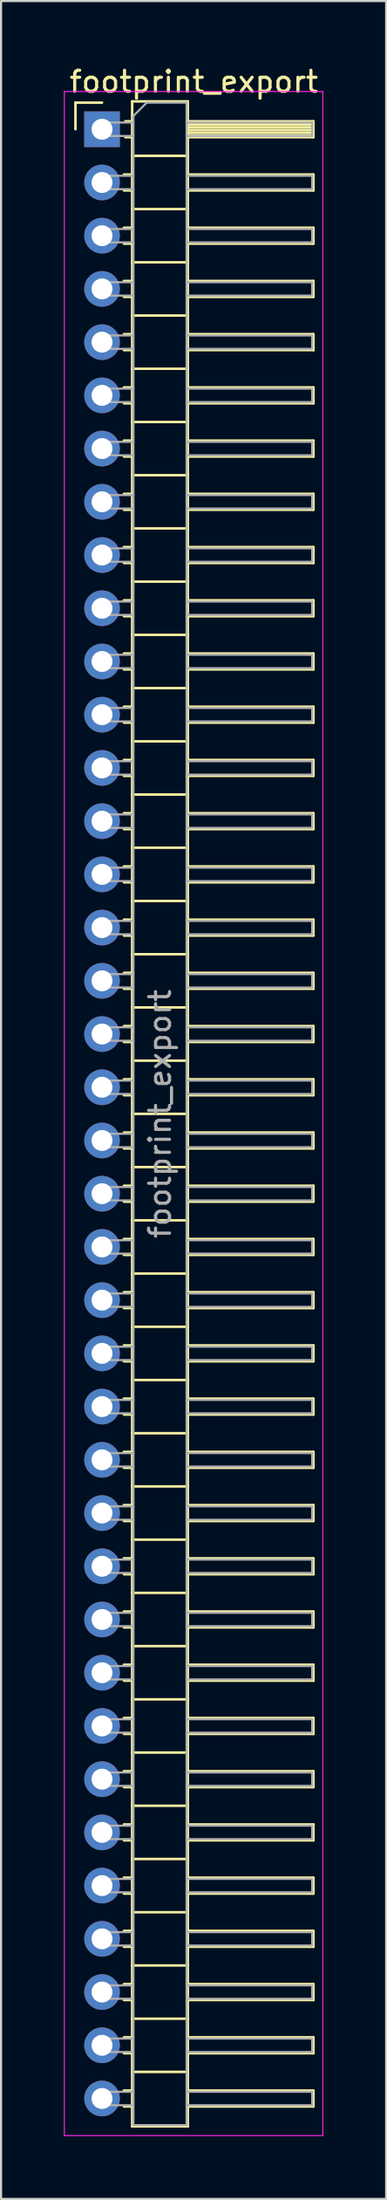
<source format=kicad_pcb>
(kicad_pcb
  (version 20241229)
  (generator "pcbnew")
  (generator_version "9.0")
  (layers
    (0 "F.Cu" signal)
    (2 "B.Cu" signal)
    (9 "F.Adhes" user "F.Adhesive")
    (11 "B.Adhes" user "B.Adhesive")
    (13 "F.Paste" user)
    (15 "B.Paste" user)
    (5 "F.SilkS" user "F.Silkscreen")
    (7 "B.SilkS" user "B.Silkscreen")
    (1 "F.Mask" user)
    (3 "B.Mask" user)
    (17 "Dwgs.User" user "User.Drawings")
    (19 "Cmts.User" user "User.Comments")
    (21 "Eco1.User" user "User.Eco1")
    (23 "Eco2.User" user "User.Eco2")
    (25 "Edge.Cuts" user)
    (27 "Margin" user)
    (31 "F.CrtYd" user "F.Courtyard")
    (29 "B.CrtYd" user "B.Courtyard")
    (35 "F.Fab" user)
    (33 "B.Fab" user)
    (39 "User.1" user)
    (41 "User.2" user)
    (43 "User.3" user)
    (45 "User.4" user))
  (footprint "footprint_export"
    (layer "F.Cu")
    (at 1.825 3.118)
    (property "Reference" "footprint_export" (at 4.385 -2.27 0) (layer "F.SilkS") (effects (font (size 1 1) (thickness 0.15))))
    (attr through_hole)
    (fp_line (start -1.27 -1.27) (end 0 -1.27) (stroke (width 0.12) (type solid)) (layer "F.SilkS"))
    (fp_line (start -1.27 0) (end -1.27 -1.27) (stroke (width 0.12) (type solid)) (layer "F.SilkS"))
    (fp_line (start 1.043 2.16) (end 1.44 2.16) (stroke (width 0.12) (type solid)) (layer "F.SilkS"))
    (fp_line (start 1.043 2.92) (end 1.44 2.92) (stroke (width 0.12) (type solid)) (layer "F.SilkS"))
    (fp_line (start 1.043 4.7) (end 1.44 4.7) (stroke (width 0.12) (type solid)) (layer "F.SilkS"))
    (fp_line (start 1.043 5.46) (end 1.44 5.46) (stroke (width 0.12) (type solid)) (layer "F.SilkS"))
    (fp_line (start 1.043 7.24) (end 1.44 7.24) (stroke (width 0.12) (type solid)) (layer "F.SilkS"))
    (fp_line (start 1.043 8) (end 1.44 8) (stroke (width 0.12) (type solid)) (layer "F.SilkS"))
    (fp_line (start 1.043 9.78) (end 1.44 9.78) (stroke (width 0.12) (type solid)) (layer "F.SilkS"))
    (fp_line (start 1.043 10.54) (end 1.44 10.54) (stroke (width 0.12) (type solid)) (layer "F.SilkS"))
    (fp_line (start 1.043 12.32) (end 1.44 12.32) (stroke (width 0.12) (type solid)) (layer "F.SilkS"))
    (fp_line (start 1.043 13.08) (end 1.44 13.08) (stroke (width 0.12) (type solid)) (layer "F.SilkS"))
    (fp_line (start 1.043 14.86) (end 1.44 14.86) (stroke (width 0.12) (type solid)) (layer "F.SilkS"))
    (fp_line (start 1.043 15.62) (end 1.44 15.62) (stroke (width 0.12) (type solid)) (layer "F.SilkS"))
    (fp_line (start 1.043 17.4) (end 1.44 17.4) (stroke (width 0.12) (type solid)) (layer "F.SilkS"))
    (fp_line (start 1.043 18.16) (end 1.44 18.16) (stroke (width 0.12) (type solid)) (layer "F.SilkS"))
    (fp_line (start 1.043 19.94) (end 1.44 19.94) (stroke (width 0.12) (type solid)) (layer "F.SilkS"))
    (fp_line (start 1.043 20.7) (end 1.44 20.7) (stroke (width 0.12) (type solid)) (layer "F.SilkS"))
    (fp_line (start 1.043 22.48) (end 1.44 22.48) (stroke (width 0.12) (type solid)) (layer "F.SilkS"))
    (fp_line (start 1.043 23.24) (end 1.44 23.24) (stroke (width 0.12) (type solid)) (layer "F.SilkS"))
    (fp_line (start 1.043 25.02) (end 1.44 25.02) (stroke (width 0.12) (type solid)) (layer "F.SilkS"))
    (fp_line (start 1.043 25.78) (end 1.44 25.78) (stroke (width 0.12) (type solid)) (layer "F.SilkS"))
    (fp_line (start 1.043 27.56) (end 1.44 27.56) (stroke (width 0.12) (type solid)) (layer "F.SilkS"))
    (fp_line (start 1.043 28.32) (end 1.44 28.32) (stroke (width 0.12) (type solid)) (layer "F.SilkS"))
    (fp_line (start 1.043 30.1) (end 1.44 30.1) (stroke (width 0.12) (type solid)) (layer "F.SilkS"))
    (fp_line (start 1.043 30.86) (end 1.44 30.86) (stroke (width 0.12) (type solid)) (layer "F.SilkS"))
    (fp_line (start 1.043 32.64) (end 1.44 32.64) (stroke (width 0.12) (type solid)) (layer "F.SilkS"))
    (fp_line (start 1.043 33.4) (end 1.44 33.4) (stroke (width 0.12) (type solid)) (layer "F.SilkS"))
    (fp_line (start 1.043 35.18) (end 1.44 35.18) (stroke (width 0.12) (type solid)) (layer "F.SilkS"))
    (fp_line (start 1.043 35.94) (end 1.44 35.94) (stroke (width 0.12) (type solid)) (layer "F.SilkS"))
    (fp_line (start 1.043 37.72) (end 1.44 37.72) (stroke (width 0.12) (type solid)) (layer "F.SilkS"))
    (fp_line (start 1.043 38.48) (end 1.44 38.48) (stroke (width 0.12) (type solid)) (layer "F.SilkS"))
    (fp_line (start 1.043 40.26) (end 1.44 40.26) (stroke (width 0.12) (type solid)) (layer "F.SilkS"))
    (fp_line (start 1.043 41.02) (end 1.44 41.02) (stroke (width 0.12) (type solid)) (layer "F.SilkS"))
    (fp_line (start 1.043 42.8) (end 1.44 42.8) (stroke (width 0.12) (type solid)) (layer "F.SilkS"))
    (fp_line (start 1.043 43.56) (end 1.44 43.56) (stroke (width 0.12) (type solid)) (layer "F.SilkS"))
    (fp_line (start 1.043 45.34) (end 1.44 45.34) (stroke (width 0.12) (type solid)) (layer "F.SilkS"))
    (fp_line (start 1.043 46.1) (end 1.44 46.1) (stroke (width 0.12) (type solid)) (layer "F.SilkS"))
    (fp_line (start 1.043 47.88) (end 1.44 47.88) (stroke (width 0.12) (type solid)) (layer "F.SilkS"))
    (fp_line (start 1.043 48.64) (end 1.44 48.64) (stroke (width 0.12) (type solid)) (layer "F.SilkS"))
    (fp_line (start 1.043 50.42) (end 1.44 50.42) (stroke (width 0.12) (type solid)) (layer "F.SilkS"))
    (fp_line (start 1.043 51.18) (end 1.44 51.18) (stroke (width 0.12) (type solid)) (layer "F.SilkS"))
    (fp_line (start 1.043 52.96) (end 1.44 52.96) (stroke (width 0.12) (type solid)) (layer "F.SilkS"))
    (fp_line (start 1.043 53.72) (end 1.44 53.72) (stroke (width 0.12) (type solid)) (layer "F.SilkS"))
    (fp_line (start 1.043 55.5) (end 1.44 55.5) (stroke (width 0.12) (type solid)) (layer "F.SilkS"))
    (fp_line (start 1.043 56.26) (end 1.44 56.26) (stroke (width 0.12) (type solid)) (layer "F.SilkS"))
    (fp_line (start 1.043 58.04) (end 1.44 58.04) (stroke (width 0.12) (type solid)) (layer "F.SilkS"))
    (fp_line (start 1.043 58.8) (end 1.44 58.8) (stroke (width 0.12) (type solid)) (layer "F.SilkS"))
    (fp_line (start 1.043 60.58) (end 1.44 60.58) (stroke (width 0.12) (type solid)) (layer "F.SilkS"))
    (fp_line (start 1.043 61.34) (end 1.44 61.34) (stroke (width 0.12) (type solid)) (layer "F.SilkS"))
    (fp_line (start 1.043 63.12) (end 1.44 63.12) (stroke (width 0.12) (type solid)) (layer "F.SilkS"))
    (fp_line (start 1.043 63.88) (end 1.44 63.88) (stroke (width 0.12) (type solid)) (layer "F.SilkS"))
    (fp_line (start 1.043 65.66) (end 1.44 65.66) (stroke (width 0.12) (type solid)) (layer "F.SilkS"))
    (fp_line (start 1.043 66.42) (end 1.44 66.42) (stroke (width 0.12) (type solid)) (layer "F.SilkS"))
    (fp_line (start 1.043 68.2) (end 1.44 68.2) (stroke (width 0.12) (type solid)) (layer "F.SilkS"))
    (fp_line (start 1.043 68.96) (end 1.44 68.96) (stroke (width 0.12) (type solid)) (layer "F.SilkS"))
    (fp_line (start 1.043 70.74) (end 1.44 70.74) (stroke (width 0.12) (type solid)) (layer "F.SilkS"))
    (fp_line (start 1.043 71.5) (end 1.44 71.5) (stroke (width 0.12) (type solid)) (layer "F.SilkS"))
    (fp_line (start 1.043 73.28) (end 1.44 73.28) (stroke (width 0.12) (type solid)) (layer "F.SilkS"))
    (fp_line (start 1.043 74.04) (end 1.44 74.04) (stroke (width 0.12) (type solid)) (layer "F.SilkS"))
    (fp_line (start 1.043 75.82) (end 1.44 75.82) (stroke (width 0.12) (type solid)) (layer "F.SilkS"))
    (fp_line (start 1.043 76.58) (end 1.44 76.58) (stroke (width 0.12) (type solid)) (layer "F.SilkS"))
    (fp_line (start 1.043 78.36) (end 1.44 78.36) (stroke (width 0.12) (type solid)) (layer "F.SilkS"))
    (fp_line (start 1.043 79.12) (end 1.44 79.12) (stroke (width 0.12) (type solid)) (layer "F.SilkS"))
    (fp_line (start 1.043 80.9) (end 1.44 80.9) (stroke (width 0.12) (type solid)) (layer "F.SilkS"))
    (fp_line (start 1.043 81.66) (end 1.44 81.66) (stroke (width 0.12) (type solid)) (layer "F.SilkS"))
    (fp_line (start 1.043 83.44) (end 1.44 83.44) (stroke (width 0.12) (type solid)) (layer "F.SilkS"))
    (fp_line (start 1.043 84.2) (end 1.44 84.2) (stroke (width 0.12) (type solid)) (layer "F.SilkS"))
    (fp_line (start 1.043 85.98) (end 1.44 85.98) (stroke (width 0.12) (type solid)) (layer "F.SilkS"))
    (fp_line (start 1.043 86.74) (end 1.44 86.74) (stroke (width 0.12) (type solid)) (layer "F.SilkS"))
    (fp_line (start 1.043 88.52) (end 1.44 88.52) (stroke (width 0.12) (type solid)) (layer "F.SilkS"))
    (fp_line (start 1.043 89.28) (end 1.44 89.28) (stroke (width 0.12) (type solid)) (layer "F.SilkS"))
    (fp_line (start 1.043 91.06) (end 1.44 91.06) (stroke (width 0.12) (type solid)) (layer "F.SilkS"))
    (fp_line (start 1.043 91.82) (end 1.44 91.82) (stroke (width 0.12) (type solid)) (layer "F.SilkS"))
    (fp_line (start 1.043 93.6) (end 1.44 93.6) (stroke (width 0.12) (type solid)) (layer "F.SilkS"))
    (fp_line (start 1.043 94.36) (end 1.44 94.36) (stroke (width 0.12) (type solid)) (layer "F.SilkS"))
    (fp_line (start 1.11 -0.38) (end 1.44 -0.38) (stroke (width 0.12) (type solid)) (layer "F.SilkS"))
    (fp_line (start 1.11 0.38) (end 1.44 0.38) (stroke (width 0.12) (type solid)) (layer "F.SilkS"))
    (fp_line (start 1.44 -1.33) (end 1.44 95.31) (stroke (width 0.12) (type solid)) (layer "F.SilkS"))
    (fp_line (start 1.44 1.27) (end 4.1 1.27) (stroke (width 0.12) (type solid)) (layer "F.SilkS"))
    (fp_line (start 1.44 3.81) (end 4.1 3.81) (stroke (width 0.12) (type solid)) (layer "F.SilkS"))
    (fp_line (start 1.44 6.35) (end 4.1 6.35) (stroke (width 0.12) (type solid)) (layer "F.SilkS"))
    (fp_line (start 1.44 8.89) (end 4.1 8.89) (stroke (width 0.12) (type solid)) (layer "F.SilkS"))
    (fp_line (start 1.44 11.43) (end 4.1 11.43) (stroke (width 0.12) (type solid)) (layer "F.SilkS"))
    (fp_line (start 1.44 13.97) (end 4.1 13.97) (stroke (width 0.12) (type solid)) (layer "F.SilkS"))
    (fp_line (start 1.44 16.51) (end 4.1 16.51) (stroke (width 0.12) (type solid)) (layer "F.SilkS"))
    (fp_line (start 1.44 19.05) (end 4.1 19.05) (stroke (width 0.12) (type solid)) (layer "F.SilkS"))
    (fp_line (start 1.44 21.59) (end 4.1 21.59) (stroke (width 0.12) (type solid)) (layer "F.SilkS"))
    (fp_line (start 1.44 24.13) (end 4.1 24.13) (stroke (width 0.12) (type solid)) (layer "F.SilkS"))
    (fp_line (start 1.44 26.67) (end 4.1 26.67) (stroke (width 0.12) (type solid)) (layer "F.SilkS"))
    (fp_line (start 1.44 29.21) (end 4.1 29.21) (stroke (width 0.12) (type solid)) (layer "F.SilkS"))
    (fp_line (start 1.44 31.75) (end 4.1 31.75) (stroke (width 0.12) (type solid)) (layer "F.SilkS"))
    (fp_line (start 1.44 34.29) (end 4.1 34.29) (stroke (width 0.12) (type solid)) (layer "F.SilkS"))
    (fp_line (start 1.44 36.83) (end 4.1 36.83) (stroke (width 0.12) (type solid)) (layer "F.SilkS"))
    (fp_line (start 1.44 39.37) (end 4.1 39.37) (stroke (width 0.12) (type solid)) (layer "F.SilkS"))
    (fp_line (start 1.44 41.91) (end 4.1 41.91) (stroke (width 0.12) (type solid)) (layer "F.SilkS"))
    (fp_line (start 1.44 44.45) (end 4.1 44.45) (stroke (width 0.12) (type solid)) (layer "F.SilkS"))
    (fp_line (start 1.44 46.99) (end 4.1 46.99) (stroke (width 0.12) (type solid)) (layer "F.SilkS"))
    (fp_line (start 1.44 49.53) (end 4.1 49.53) (stroke (width 0.12) (type solid)) (layer "F.SilkS"))
    (fp_line (start 1.44 52.07) (end 4.1 52.07) (stroke (width 0.12) (type solid)) (layer "F.SilkS"))
    (fp_line (start 1.44 54.61) (end 4.1 54.61) (stroke (width 0.12) (type solid)) (layer "F.SilkS"))
    (fp_line (start 1.44 57.15) (end 4.1 57.15) (stroke (width 0.12) (type solid)) (layer "F.SilkS"))
    (fp_line (start 1.44 59.69) (end 4.1 59.69) (stroke (width 0.12) (type solid)) (layer "F.SilkS"))
    (fp_line (start 1.44 62.23) (end 4.1 62.23) (stroke (width 0.12) (type solid)) (layer "F.SilkS"))
    (fp_line (start 1.44 64.77) (end 4.1 64.77) (stroke (width 0.12) (type solid)) (layer "F.SilkS"))
    (fp_line (start 1.44 67.31) (end 4.1 67.31) (stroke (width 0.12) (type solid)) (layer "F.SilkS"))
    (fp_line (start 1.44 69.85) (end 4.1 69.85) (stroke (width 0.12) (type solid)) (layer "F.SilkS"))
    (fp_line (start 1.44 72.39) (end 4.1 72.39) (stroke (width 0.12) (type solid)) (layer "F.SilkS"))
    (fp_line (start 1.44 74.93) (end 4.1 74.93) (stroke (width 0.12) (type solid)) (layer "F.SilkS"))
    (fp_line (start 1.44 77.47) (end 4.1 77.47) (stroke (width 0.12) (type solid)) (layer "F.SilkS"))
    (fp_line (start 1.44 80.01) (end 4.1 80.01) (stroke (width 0.12) (type solid)) (layer "F.SilkS"))
    (fp_line (start 1.44 82.55) (end 4.1 82.55) (stroke (width 0.12) (type solid)) (layer "F.SilkS"))
    (fp_line (start 1.44 85.09) (end 4.1 85.09) (stroke (width 0.12) (type solid)) (layer "F.SilkS"))
    (fp_line (start 1.44 87.63) (end 4.1 87.63) (stroke (width 0.12) (type solid)) (layer "F.SilkS"))
    (fp_line (start 1.44 90.17) (end 4.1 90.17) (stroke (width 0.12) (type solid)) (layer "F.SilkS"))
    (fp_line (start 1.44 92.71) (end 4.1 92.71) (stroke (width 0.12) (type solid)) (layer "F.SilkS"))
    (fp_line (start 1.44 95.31) (end 4.1 95.31) (stroke (width 0.12) (type solid)) (layer "F.SilkS"))
    (fp_line (start 4.1 -1.33) (end 1.44 -1.33) (stroke (width 0.12) (type solid)) (layer "F.SilkS"))
    (fp_line (start 4.1 -0.38) (end 10.1 -0.38) (stroke (width 0.12) (type solid)) (layer "F.SilkS"))
    (fp_line (start 4.1 -0.32) (end 10.1 -0.32) (stroke (width 0.12) (type solid)) (layer "F.SilkS"))
    (fp_line (start 4.1 -0.2) (end 10.1 -0.2) (stroke (width 0.12) (type solid)) (layer "F.SilkS"))
    (fp_line (start 4.1 -0.08) (end 10.1 -0.08) (stroke (width 0.12) (type solid)) (layer "F.SilkS"))
    (fp_line (start 4.1 0.04) (end 10.1 0.04) (stroke (width 0.12) (type solid)) (layer "F.SilkS"))
    (fp_line (start 4.1 0.16) (end 10.1 0.16) (stroke (width 0.12) (type solid)) (layer "F.SilkS"))
    (fp_line (start 4.1 0.28) (end 10.1 0.28) (stroke (width 0.12) (type solid)) (layer "F.SilkS"))
    (fp_line (start 4.1 2.16) (end 10.1 2.16) (stroke (width 0.12) (type solid)) (layer "F.SilkS"))
    (fp_line (start 4.1 4.7) (end 10.1 4.7) (stroke (width 0.12) (type solid)) (layer "F.SilkS"))
    (fp_line (start 4.1 7.24) (end 10.1 7.24) (stroke (width 0.12) (type solid)) (layer "F.SilkS"))
    (fp_line (start 4.1 9.78) (end 10.1 9.78) (stroke (width 0.12) (type solid)) (layer "F.SilkS"))
    (fp_line (start 4.1 12.32) (end 10.1 12.32) (stroke (width 0.12) (type solid)) (layer "F.SilkS"))
    (fp_line (start 4.1 14.86) (end 10.1 14.86) (stroke (width 0.12) (type solid)) (layer "F.SilkS"))
    (fp_line (start 4.1 17.4) (end 10.1 17.4) (stroke (width 0.12) (type solid)) (layer "F.SilkS"))
    (fp_line (start 4.1 19.94) (end 10.1 19.94) (stroke (width 0.12) (type solid)) (layer "F.SilkS"))
    (fp_line (start 4.1 22.48) (end 10.1 22.48) (stroke (width 0.12) (type solid)) (layer "F.SilkS"))
    (fp_line (start 4.1 25.02) (end 10.1 25.02) (stroke (width 0.12) (type solid)) (layer "F.SilkS"))
    (fp_line (start 4.1 27.56) (end 10.1 27.56) (stroke (width 0.12) (type solid)) (layer "F.SilkS"))
    (fp_line (start 4.1 30.1) (end 10.1 30.1) (stroke (width 0.12) (type solid)) (layer "F.SilkS"))
    (fp_line (start 4.1 32.64) (end 10.1 32.64) (stroke (width 0.12) (type solid)) (layer "F.SilkS"))
    (fp_line (start 4.1 35.18) (end 10.1 35.18) (stroke (width 0.12) (type solid)) (layer "F.SilkS"))
    (fp_line (start 4.1 37.72) (end 10.1 37.72) (stroke (width 0.12) (type solid)) (layer "F.SilkS"))
    (fp_line (start 4.1 40.26) (end 10.1 40.26) (stroke (width 0.12) (type solid)) (layer "F.SilkS"))
    (fp_line (start 4.1 42.8) (end 10.1 42.8) (stroke (width 0.12) (type solid)) (layer "F.SilkS"))
    (fp_line (start 4.1 45.34) (end 10.1 45.34) (stroke (width 0.12) (type solid)) (layer "F.SilkS"))
    (fp_line (start 4.1 47.88) (end 10.1 47.88) (stroke (width 0.12) (type solid)) (layer "F.SilkS"))
    (fp_line (start 4.1 50.42) (end 10.1 50.42) (stroke (width 0.12) (type solid)) (layer "F.SilkS"))
    (fp_line (start 4.1 52.96) (end 10.1 52.96) (stroke (width 0.12) (type solid)) (layer "F.SilkS"))
    (fp_line (start 4.1 55.5) (end 10.1 55.5) (stroke (width 0.12) (type solid)) (layer "F.SilkS"))
    (fp_line (start 4.1 58.04) (end 10.1 58.04) (stroke (width 0.12) (type solid)) (layer "F.SilkS"))
    (fp_line (start 4.1 60.58) (end 10.1 60.58) (stroke (width 0.12) (type solid)) (layer "F.SilkS"))
    (fp_line (start 4.1 63.12) (end 10.1 63.12) (stroke (width 0.12) (type solid)) (layer "F.SilkS"))
    (fp_line (start 4.1 65.66) (end 10.1 65.66) (stroke (width 0.12) (type solid)) (layer "F.SilkS"))
    (fp_line (start 4.1 68.2) (end 10.1 68.2) (stroke (width 0.12) (type solid)) (layer "F.SilkS"))
    (fp_line (start 4.1 70.74) (end 10.1 70.74) (stroke (width 0.12) (type solid)) (layer "F.SilkS"))
    (fp_line (start 4.1 73.28) (end 10.1 73.28) (stroke (width 0.12) (type solid)) (layer "F.SilkS"))
    (fp_line (start 4.1 75.82) (end 10.1 75.82) (stroke (width 0.12) (type solid)) (layer "F.SilkS"))
    (fp_line (start 4.1 78.36) (end 10.1 78.36) (stroke (width 0.12) (type solid)) (layer "F.SilkS"))
    (fp_line (start 4.1 80.9) (end 10.1 80.9) (stroke (width 0.12) (type solid)) (layer "F.SilkS"))
    (fp_line (start 4.1 83.44) (end 10.1 83.44) (stroke (width 0.12) (type solid)) (layer "F.SilkS"))
    (fp_line (start 4.1 85.98) (end 10.1 85.98) (stroke (width 0.12) (type solid)) (layer "F.SilkS"))
    (fp_line (start 4.1 88.52) (end 10.1 88.52) (stroke (width 0.12) (type solid)) (layer "F.SilkS"))
    (fp_line (start 4.1 91.06) (end 10.1 91.06) (stroke (width 0.12) (type solid)) (layer "F.SilkS"))
    (fp_line (start 4.1 93.6) (end 10.1 93.6) (stroke (width 0.12) (type solid)) (layer "F.SilkS"))
    (fp_line (start 4.1 95.31) (end 4.1 -1.33) (stroke (width 0.12) (type solid)) (layer "F.SilkS"))
    (fp_line (start 10.1 -0.38) (end 10.1 0.38) (stroke (width 0.12) (type solid)) (layer "F.SilkS"))
    (fp_line (start 10.1 0.38) (end 4.1 0.38) (stroke (width 0.12) (type solid)) (layer "F.SilkS"))
    (fp_line (start 10.1 2.16) (end 10.1 2.92) (stroke (width 0.12) (type solid)) (layer "F.SilkS"))
    (fp_line (start 10.1 2.92) (end 4.1 2.92) (stroke (width 0.12) (type solid)) (layer "F.SilkS"))
    (fp_line (start 10.1 4.7) (end 10.1 5.46) (stroke (width 0.12) (type solid)) (layer "F.SilkS"))
    (fp_line (start 10.1 5.46) (end 4.1 5.46) (stroke (width 0.12) (type solid)) (layer "F.SilkS"))
    (fp_line (start 10.1 7.24) (end 10.1 8) (stroke (width 0.12) (type solid)) (layer "F.SilkS"))
    (fp_line (start 10.1 8) (end 4.1 8) (stroke (width 0.12) (type solid)) (layer "F.SilkS"))
    (fp_line (start 10.1 9.78) (end 10.1 10.54) (stroke (width 0.12) (type solid)) (layer "F.SilkS"))
    (fp_line (start 10.1 10.54) (end 4.1 10.54) (stroke (width 0.12) (type solid)) (layer "F.SilkS"))
    (fp_line (start 10.1 12.32) (end 10.1 13.08) (stroke (width 0.12) (type solid)) (layer "F.SilkS"))
    (fp_line (start 10.1 13.08) (end 4.1 13.08) (stroke (width 0.12) (type solid)) (layer "F.SilkS"))
    (fp_line (start 10.1 14.86) (end 10.1 15.62) (stroke (width 0.12) (type solid)) (layer "F.SilkS"))
    (fp_line (start 10.1 15.62) (end 4.1 15.62) (stroke (width 0.12) (type solid)) (layer "F.SilkS"))
    (fp_line (start 10.1 17.4) (end 10.1 18.16) (stroke (width 0.12) (type solid)) (layer "F.SilkS"))
    (fp_line (start 10.1 18.16) (end 4.1 18.16) (stroke (width 0.12) (type solid)) (layer "F.SilkS"))
    (fp_line (start 10.1 19.94) (end 10.1 20.7) (stroke (width 0.12) (type solid)) (layer "F.SilkS"))
    (fp_line (start 10.1 20.7) (end 4.1 20.7) (stroke (width 0.12) (type solid)) (layer "F.SilkS"))
    (fp_line (start 10.1 22.48) (end 10.1 23.24) (stroke (width 0.12) (type solid)) (layer "F.SilkS"))
    (fp_line (start 10.1 23.24) (end 4.1 23.24) (stroke (width 0.12) (type solid)) (layer "F.SilkS"))
    (fp_line (start 10.1 25.02) (end 10.1 25.78) (stroke (width 0.12) (type solid)) (layer "F.SilkS"))
    (fp_line (start 10.1 25.78) (end 4.1 25.78) (stroke (width 0.12) (type solid)) (layer "F.SilkS"))
    (fp_line (start 10.1 27.56) (end 10.1 28.32) (stroke (width 0.12) (type solid)) (layer "F.SilkS"))
    (fp_line (start 10.1 28.32) (end 4.1 28.32) (stroke (width 0.12) (type solid)) (layer "F.SilkS"))
    (fp_line (start 10.1 30.1) (end 10.1 30.86) (stroke (width 0.12) (type solid)) (layer "F.SilkS"))
    (fp_line (start 10.1 30.86) (end 4.1 30.86) (stroke (width 0.12) (type solid)) (layer "F.SilkS"))
    (fp_line (start 10.1 32.64) (end 10.1 33.4) (stroke (width 0.12) (type solid)) (layer "F.SilkS"))
    (fp_line (start 10.1 33.4) (end 4.1 33.4) (stroke (width 0.12) (type solid)) (layer "F.SilkS"))
    (fp_line (start 10.1 35.18) (end 10.1 35.94) (stroke (width 0.12) (type solid)) (layer "F.SilkS"))
    (fp_line (start 10.1 35.94) (end 4.1 35.94) (stroke (width 0.12) (type solid)) (layer "F.SilkS"))
    (fp_line (start 10.1 37.72) (end 10.1 38.48) (stroke (width 0.12) (type solid)) (layer "F.SilkS"))
    (fp_line (start 10.1 38.48) (end 4.1 38.48) (stroke (width 0.12) (type solid)) (layer "F.SilkS"))
    (fp_line (start 10.1 40.26) (end 10.1 41.02) (stroke (width 0.12) (type solid)) (layer "F.SilkS"))
    (fp_line (start 10.1 41.02) (end 4.1 41.02) (stroke (width 0.12) (type solid)) (layer "F.SilkS"))
    (fp_line (start 10.1 42.8) (end 10.1 43.56) (stroke (width 0.12) (type solid)) (layer "F.SilkS"))
    (fp_line (start 10.1 43.56) (end 4.1 43.56) (stroke (width 0.12) (type solid)) (layer "F.SilkS"))
    (fp_line (start 10.1 45.34) (end 10.1 46.1) (stroke (width 0.12) (type solid)) (layer "F.SilkS"))
    (fp_line (start 10.1 46.1) (end 4.1 46.1) (stroke (width 0.12) (type solid)) (layer "F.SilkS"))
    (fp_line (start 10.1 47.88) (end 10.1 48.64) (stroke (width 0.12) (type solid)) (layer "F.SilkS"))
    (fp_line (start 10.1 48.64) (end 4.1 48.64) (stroke (width 0.12) (type solid)) (layer "F.SilkS"))
    (fp_line (start 10.1 50.42) (end 10.1 51.18) (stroke (width 0.12) (type solid)) (layer "F.SilkS"))
    (fp_line (start 10.1 51.18) (end 4.1 51.18) (stroke (width 0.12) (type solid)) (layer "F.SilkS"))
    (fp_line (start 10.1 52.96) (end 10.1 53.72) (stroke (width 0.12) (type solid)) (layer "F.SilkS"))
    (fp_line (start 10.1 53.72) (end 4.1 53.72) (stroke (width 0.12) (type solid)) (layer "F.SilkS"))
    (fp_line (start 10.1 55.5) (end 10.1 56.26) (stroke (width 0.12) (type solid)) (layer "F.SilkS"))
    (fp_line (start 10.1 56.26) (end 4.1 56.26) (stroke (width 0.12) (type solid)) (layer "F.SilkS"))
    (fp_line (start 10.1 58.04) (end 10.1 58.8) (stroke (width 0.12) (type solid)) (layer "F.SilkS"))
    (fp_line (start 10.1 58.8) (end 4.1 58.8) (stroke (width 0.12) (type solid)) (layer "F.SilkS"))
    (fp_line (start 10.1 60.58) (end 10.1 61.34) (stroke (width 0.12) (type solid)) (layer "F.SilkS"))
    (fp_line (start 10.1 61.34) (end 4.1 61.34) (stroke (width 0.12) (type solid)) (layer "F.SilkS"))
    (fp_line (start 10.1 63.12) (end 10.1 63.88) (stroke (width 0.12) (type solid)) (layer "F.SilkS"))
    (fp_line (start 10.1 63.88) (end 4.1 63.88) (stroke (width 0.12) (type solid)) (layer "F.SilkS"))
    (fp_line (start 10.1 65.66) (end 10.1 66.42) (stroke (width 0.12) (type solid)) (layer "F.SilkS"))
    (fp_line (start 10.1 66.42) (end 4.1 66.42) (stroke (width 0.12) (type solid)) (layer "F.SilkS"))
    (fp_line (start 10.1 68.2) (end 10.1 68.96) (stroke (width 0.12) (type solid)) (layer "F.SilkS"))
    (fp_line (start 10.1 68.96) (end 4.1 68.96) (stroke (width 0.12) (type solid)) (layer "F.SilkS"))
    (fp_line (start 10.1 70.74) (end 10.1 71.5) (stroke (width 0.12) (type solid)) (layer "F.SilkS"))
    (fp_line (start 10.1 71.5) (end 4.1 71.5) (stroke (width 0.12) (type solid)) (layer "F.SilkS"))
    (fp_line (start 10.1 73.28) (end 10.1 74.04) (stroke (width 0.12) (type solid)) (layer "F.SilkS"))
    (fp_line (start 10.1 74.04) (end 4.1 74.04) (stroke (width 0.12) (type solid)) (layer "F.SilkS"))
    (fp_line (start 10.1 75.82) (end 10.1 76.58) (stroke (width 0.12) (type solid)) (layer "F.SilkS"))
    (fp_line (start 10.1 76.58) (end 4.1 76.58) (stroke (width 0.12) (type solid)) (layer "F.SilkS"))
    (fp_line (start 10.1 78.36) (end 10.1 79.12) (stroke (width 0.12) (type solid)) (layer "F.SilkS"))
    (fp_line (start 10.1 79.12) (end 4.1 79.12) (stroke (width 0.12) (type solid)) (layer "F.SilkS"))
    (fp_line (start 10.1 80.9) (end 10.1 81.66) (stroke (width 0.12) (type solid)) (layer "F.SilkS"))
    (fp_line (start 10.1 81.66) (end 4.1 81.66) (stroke (width 0.12) (type solid)) (layer "F.SilkS"))
    (fp_line (start 10.1 83.44) (end 10.1 84.2) (stroke (width 0.12) (type solid)) (layer "F.SilkS"))
    (fp_line (start 10.1 84.2) (end 4.1 84.2) (stroke (width 0.12) (type solid)) (layer "F.SilkS"))
    (fp_line (start 10.1 85.98) (end 10.1 86.74) (stroke (width 0.12) (type solid)) (layer "F.SilkS"))
    (fp_line (start 10.1 86.74) (end 4.1 86.74) (stroke (width 0.12) (type solid)) (layer "F.SilkS"))
    (fp_line (start 10.1 88.52) (end 10.1 89.28) (stroke (width 0.12) (type solid)) (layer "F.SilkS"))
    (fp_line (start 10.1 89.28) (end 4.1 89.28) (stroke (width 0.12) (type solid)) (layer "F.SilkS"))
    (fp_line (start 10.1 91.06) (end 10.1 91.82) (stroke (width 0.12) (type solid)) (layer "F.SilkS"))
    (fp_line (start 10.1 91.82) (end 4.1 91.82) (stroke (width 0.12) (type solid)) (layer "F.SilkS"))
    (fp_line (start 10.1 93.6) (end 10.1 94.36) (stroke (width 0.12) (type solid)) (layer "F.SilkS"))
    (fp_line (start 10.1 94.36) (end 4.1 94.36) (stroke (width 0.12) (type solid)) (layer "F.SilkS"))
    (fp_line (start -1.8 -1.8) (end -1.8 95.75) (stroke (width 0.05) (type solid)) (layer "F.CrtYd"))
    (fp_line (start -1.8 95.75) (end 10.55 95.75) (stroke (width 0.05) (type solid)) (layer "F.CrtYd"))
    (fp_line (start 10.55 -1.8) (end -1.8 -1.8) (stroke (width 0.05) (type solid)) (layer "F.CrtYd"))
    (fp_line (start 10.55 95.75) (end 10.55 -1.8) (stroke (width 0.05) (type solid)) (layer "F.CrtYd"))
    (fp_line (start -0.32 -0.32) (end -0.32 0.32) (stroke (width 0.1) (type solid)) (layer "F.Fab"))
    (fp_line (start -0.32 -0.32) (end 1.5 -0.32) (stroke (width 0.1) (type solid)) (layer "F.Fab"))
    (fp_line (start -0.32 0.32) (end 1.5 0.32) (stroke (width 0.1) (type solid)) (layer "F.Fab"))
    (fp_line (start -0.32 2.22) (end -0.32 2.86) (stroke (width 0.1) (type solid)) (layer "F.Fab"))
    (fp_line (start -0.32 2.22) (end 1.5 2.22) (stroke (width 0.1) (type solid)) (layer "F.Fab"))
    (fp_line (start -0.32 2.86) (end 1.5 2.86) (stroke (width 0.1) (type solid)) (layer "F.Fab"))
    (fp_line (start -0.32 4.76) (end -0.32 5.4) (stroke (width 0.1) (type solid)) (layer "F.Fab"))
    (fp_line (start -0.32 4.76) (end 1.5 4.76) (stroke (width 0.1) (type solid)) (layer "F.Fab"))
    (fp_line (start -0.32 5.4) (end 1.5 5.4) (stroke (width 0.1) (type solid)) (layer "F.Fab"))
    (fp_line (start -0.32 7.3) (end -0.32 7.94) (stroke (width 0.1) (type solid)) (layer "F.Fab"))
    (fp_line (start -0.32 7.3) (end 1.5 7.3) (stroke (width 0.1) (type solid)) (layer "F.Fab"))
    (fp_line (start -0.32 7.94) (end 1.5 7.94) (stroke (width 0.1) (type solid)) (layer "F.Fab"))
    (fp_line (start -0.32 9.84) (end -0.32 10.48) (stroke (width 0.1) (type solid)) (layer "F.Fab"))
    (fp_line (start -0.32 9.84) (end 1.5 9.84) (stroke (width 0.1) (type solid)) (layer "F.Fab"))
    (fp_line (start -0.32 10.48) (end 1.5 10.48) (stroke (width 0.1) (type solid)) (layer "F.Fab"))
    (fp_line (start -0.32 12.38) (end -0.32 13.02) (stroke (width 0.1) (type solid)) (layer "F.Fab"))
    (fp_line (start -0.32 12.38) (end 1.5 12.38) (stroke (width 0.1) (type solid)) (layer "F.Fab"))
    (fp_line (start -0.32 13.02) (end 1.5 13.02) (stroke (width 0.1) (type solid)) (layer "F.Fab"))
    (fp_line (start -0.32 14.92) (end -0.32 15.56) (stroke (width 0.1) (type solid)) (layer "F.Fab"))
    (fp_line (start -0.32 14.92) (end 1.5 14.92) (stroke (width 0.1) (type solid)) (layer "F.Fab"))
    (fp_line (start -0.32 15.56) (end 1.5 15.56) (stroke (width 0.1) (type solid)) (layer "F.Fab"))
    (fp_line (start -0.32 17.46) (end -0.32 18.1) (stroke (width 0.1) (type solid)) (layer "F.Fab"))
    (fp_line (start -0.32 17.46) (end 1.5 17.46) (stroke (width 0.1) (type solid)) (layer "F.Fab"))
    (fp_line (start -0.32 18.1) (end 1.5 18.1) (stroke (width 0.1) (type solid)) (layer "F.Fab"))
    (fp_line (start -0.32 20) (end -0.32 20.64) (stroke (width 0.1) (type solid)) (layer "F.Fab"))
    (fp_line (start -0.32 20) (end 1.5 20) (stroke (width 0.1) (type solid)) (layer "F.Fab"))
    (fp_line (start -0.32 20.64) (end 1.5 20.64) (stroke (width 0.1) (type solid)) (layer "F.Fab"))
    (fp_line (start -0.32 22.54) (end -0.32 23.18) (stroke (width 0.1) (type solid)) (layer "F.Fab"))
    (fp_line (start -0.32 22.54) (end 1.5 22.54) (stroke (width 0.1) (type solid)) (layer "F.Fab"))
    (fp_line (start -0.32 23.18) (end 1.5 23.18) (stroke (width 0.1) (type solid)) (layer "F.Fab"))
    (fp_line (start -0.32 25.08) (end -0.32 25.72) (stroke (width 0.1) (type solid)) (layer "F.Fab"))
    (fp_line (start -0.32 25.08) (end 1.5 25.08) (stroke (width 0.1) (type solid)) (layer "F.Fab"))
    (fp_line (start -0.32 25.72) (end 1.5 25.72) (stroke (width 0.1) (type solid)) (layer "F.Fab"))
    (fp_line (start -0.32 27.62) (end -0.32 28.26) (stroke (width 0.1) (type solid)) (layer "F.Fab"))
    (fp_line (start -0.32 27.62) (end 1.5 27.62) (stroke (width 0.1) (type solid)) (layer "F.Fab"))
    (fp_line (start -0.32 28.26) (end 1.5 28.26) (stroke (width 0.1) (type solid)) (layer "F.Fab"))
    (fp_line (start -0.32 30.16) (end -0.32 30.8) (stroke (width 0.1) (type solid)) (layer "F.Fab"))
    (fp_line (start -0.32 30.16) (end 1.5 30.16) (stroke (width 0.1) (type solid)) (layer "F.Fab"))
    (fp_line (start -0.32 30.8) (end 1.5 30.8) (stroke (width 0.1) (type solid)) (layer "F.Fab"))
    (fp_line (start -0.32 32.7) (end -0.32 33.34) (stroke (width 0.1) (type solid)) (layer "F.Fab"))
    (fp_line (start -0.32 32.7) (end 1.5 32.7) (stroke (width 0.1) (type solid)) (layer "F.Fab"))
    (fp_line (start -0.32 33.34) (end 1.5 33.34) (stroke (width 0.1) (type solid)) (layer "F.Fab"))
    (fp_line (start -0.32 35.24) (end -0.32 35.88) (stroke (width 0.1) (type solid)) (layer "F.Fab"))
    (fp_line (start -0.32 35.24) (end 1.5 35.24) (stroke (width 0.1) (type solid)) (layer "F.Fab"))
    (fp_line (start -0.32 35.88) (end 1.5 35.88) (stroke (width 0.1) (type solid)) (layer "F.Fab"))
    (fp_line (start -0.32 37.78) (end -0.32 38.42) (stroke (width 0.1) (type solid)) (layer "F.Fab"))
    (fp_line (start -0.32 37.78) (end 1.5 37.78) (stroke (width 0.1) (type solid)) (layer "F.Fab"))
    (fp_line (start -0.32 38.42) (end 1.5 38.42) (stroke (width 0.1) (type solid)) (layer "F.Fab"))
    (fp_line (start -0.32 40.32) (end -0.32 40.96) (stroke (width 0.1) (type solid)) (layer "F.Fab"))
    (fp_line (start -0.32 40.32) (end 1.5 40.32) (stroke (width 0.1) (type solid)) (layer "F.Fab"))
    (fp_line (start -0.32 40.96) (end 1.5 40.96) (stroke (width 0.1) (type solid)) (layer "F.Fab"))
    (fp_line (start -0.32 42.86) (end -0.32 43.5) (stroke (width 0.1) (type solid)) (layer "F.Fab"))
    (fp_line (start -0.32 42.86) (end 1.5 42.86) (stroke (width 0.1) (type solid)) (layer "F.Fab"))
    (fp_line (start -0.32 43.5) (end 1.5 43.5) (stroke (width 0.1) (type solid)) (layer "F.Fab"))
    (fp_line (start -0.32 45.4) (end -0.32 46.04) (stroke (width 0.1) (type solid)) (layer "F.Fab"))
    (fp_line (start -0.32 45.4) (end 1.5 45.4) (stroke (width 0.1) (type solid)) (layer "F.Fab"))
    (fp_line (start -0.32 46.04) (end 1.5 46.04) (stroke (width 0.1) (type solid)) (layer "F.Fab"))
    (fp_line (start -0.32 47.94) (end -0.32 48.58) (stroke (width 0.1) (type solid)) (layer "F.Fab"))
    (fp_line (start -0.32 47.94) (end 1.5 47.94) (stroke (width 0.1) (type solid)) (layer "F.Fab"))
    (fp_line (start -0.32 48.58) (end 1.5 48.58) (stroke (width 0.1) (type solid)) (layer "F.Fab"))
    (fp_line (start -0.32 50.48) (end -0.32 51.12) (stroke (width 0.1) (type solid)) (layer "F.Fab"))
    (fp_line (start -0.32 50.48) (end 1.5 50.48) (stroke (width 0.1) (type solid)) (layer "F.Fab"))
    (fp_line (start -0.32 51.12) (end 1.5 51.12) (stroke (width 0.1) (type solid)) (layer "F.Fab"))
    (fp_line (start -0.32 53.02) (end -0.32 53.66) (stroke (width 0.1) (type solid)) (layer "F.Fab"))
    (fp_line (start -0.32 53.02) (end 1.5 53.02) (stroke (width 0.1) (type solid)) (layer "F.Fab"))
    (fp_line (start -0.32 53.66) (end 1.5 53.66) (stroke (width 0.1) (type solid)) (layer "F.Fab"))
    (fp_line (start -0.32 55.56) (end -0.32 56.2) (stroke (width 0.1) (type solid)) (layer "F.Fab"))
    (fp_line (start -0.32 55.56) (end 1.5 55.56) (stroke (width 0.1) (type solid)) (layer "F.Fab"))
    (fp_line (start -0.32 56.2) (end 1.5 56.2) (stroke (width 0.1) (type solid)) (layer "F.Fab"))
    (fp_line (start -0.32 58.1) (end -0.32 58.74) (stroke (width 0.1) (type solid)) (layer "F.Fab"))
    (fp_line (start -0.32 58.1) (end 1.5 58.1) (stroke (width 0.1) (type solid)) (layer "F.Fab"))
    (fp_line (start -0.32 58.74) (end 1.5 58.74) (stroke (width 0.1) (type solid)) (layer "F.Fab"))
    (fp_line (start -0.32 60.64) (end -0.32 61.28) (stroke (width 0.1) (type solid)) (layer "F.Fab"))
    (fp_line (start -0.32 60.64) (end 1.5 60.64) (stroke (width 0.1) (type solid)) (layer "F.Fab"))
    (fp_line (start -0.32 61.28) (end 1.5 61.28) (stroke (width 0.1) (type solid)) (layer "F.Fab"))
    (fp_line (start -0.32 63.18) (end -0.32 63.82) (stroke (width 0.1) (type solid)) (layer "F.Fab"))
    (fp_line (start -0.32 63.18) (end 1.5 63.18) (stroke (width 0.1) (type solid)) (layer "F.Fab"))
    (fp_line (start -0.32 63.82) (end 1.5 63.82) (stroke (width 0.1) (type solid)) (layer "F.Fab"))
    (fp_line (start -0.32 65.72) (end -0.32 66.36) (stroke (width 0.1) (type solid)) (layer "F.Fab"))
    (fp_line (start -0.32 65.72) (end 1.5 65.72) (stroke (width 0.1) (type solid)) (layer "F.Fab"))
    (fp_line (start -0.32 66.36) (end 1.5 66.36) (stroke (width 0.1) (type solid)) (layer "F.Fab"))
    (fp_line (start -0.32 68.26) (end -0.32 68.9) (stroke (width 0.1) (type solid)) (layer "F.Fab"))
    (fp_line (start -0.32 68.26) (end 1.5 68.26) (stroke (width 0.1) (type solid)) (layer "F.Fab"))
    (fp_line (start -0.32 68.9) (end 1.5 68.9) (stroke (width 0.1) (type solid)) (layer "F.Fab"))
    (fp_line (start -0.32 70.8) (end -0.32 71.44) (stroke (width 0.1) (type solid)) (layer "F.Fab"))
    (fp_line (start -0.32 70.8) (end 1.5 70.8) (stroke (width 0.1) (type solid)) (layer "F.Fab"))
    (fp_line (start -0.32 71.44) (end 1.5 71.44) (stroke (width 0.1) (type solid)) (layer "F.Fab"))
    (fp_line (start -0.32 73.34) (end -0.32 73.98) (stroke (width 0.1) (type solid)) (layer "F.Fab"))
    (fp_line (start -0.32 73.34) (end 1.5 73.34) (stroke (width 0.1) (type solid)) (layer "F.Fab"))
    (fp_line (start -0.32 73.98) (end 1.5 73.98) (stroke (width 0.1) (type solid)) (layer "F.Fab"))
    (fp_line (start -0.32 75.88) (end -0.32 76.52) (stroke (width 0.1) (type solid)) (layer "F.Fab"))
    (fp_line (start -0.32 75.88) (end 1.5 75.88) (stroke (width 0.1) (type solid)) (layer "F.Fab"))
    (fp_line (start -0.32 76.52) (end 1.5 76.52) (stroke (width 0.1) (type solid)) (layer "F.Fab"))
    (fp_line (start -0.32 78.42) (end -0.32 79.06) (stroke (width 0.1) (type solid)) (layer "F.Fab"))
    (fp_line (start -0.32 78.42) (end 1.5 78.42) (stroke (width 0.1) (type solid)) (layer "F.Fab"))
    (fp_line (start -0.32 79.06) (end 1.5 79.06) (stroke (width 0.1) (type solid)) (layer "F.Fab"))
    (fp_line (start -0.32 80.96) (end -0.32 81.6) (stroke (width 0.1) (type solid)) (layer "F.Fab"))
    (fp_line (start -0.32 80.96) (end 1.5 80.96) (stroke (width 0.1) (type solid)) (layer "F.Fab"))
    (fp_line (start -0.32 81.6) (end 1.5 81.6) (stroke (width 0.1) (type solid)) (layer "F.Fab"))
    (fp_line (start -0.32 83.5) (end -0.32 84.14) (stroke (width 0.1) (type solid)) (layer "F.Fab"))
    (fp_line (start -0.32 83.5) (end 1.5 83.5) (stroke (width 0.1) (type solid)) (layer "F.Fab"))
    (fp_line (start -0.32 84.14) (end 1.5 84.14) (stroke (width 0.1) (type solid)) (layer "F.Fab"))
    (fp_line (start -0.32 86.04) (end -0.32 86.68) (stroke (width 0.1) (type solid)) (layer "F.Fab"))
    (fp_line (start -0.32 86.04) (end 1.5 86.04) (stroke (width 0.1) (type solid)) (layer "F.Fab"))
    (fp_line (start -0.32 86.68) (end 1.5 86.68) (stroke (width 0.1) (type solid)) (layer "F.Fab"))
    (fp_line (start -0.32 88.58) (end -0.32 89.22) (stroke (width 0.1) (type solid)) (layer "F.Fab"))
    (fp_line (start -0.32 88.58) (end 1.5 88.58) (stroke (width 0.1) (type solid)) (layer "F.Fab"))
    (fp_line (start -0.32 89.22) (end 1.5 89.22) (stroke (width 0.1) (type solid)) (layer "F.Fab"))
    (fp_line (start -0.32 91.12) (end -0.32 91.76) (stroke (width 0.1) (type solid)) (layer "F.Fab"))
    (fp_line (start -0.32 91.12) (end 1.5 91.12) (stroke (width 0.1) (type solid)) (layer "F.Fab"))
    (fp_line (start -0.32 91.76) (end 1.5 91.76) (stroke (width 0.1) (type solid)) (layer "F.Fab"))
    (fp_line (start -0.32 93.66) (end -0.32 94.3) (stroke (width 0.1) (type solid)) (layer "F.Fab"))
    (fp_line (start -0.32 93.66) (end 1.5 93.66) (stroke (width 0.1) (type solid)) (layer "F.Fab"))
    (fp_line (start -0.32 94.3) (end 1.5 94.3) (stroke (width 0.1) (type solid)) (layer "F.Fab"))
    (fp_line (start 1.5 -0.635) (end 2.135 -1.27) (stroke (width 0.1) (type solid)) (layer "F.Fab"))
    (fp_line (start 1.5 95.25) (end 1.5 -0.635) (stroke (width 0.1) (type solid)) (layer "F.Fab"))
    (fp_line (start 2.135 -1.27) (end 4.04 -1.27) (stroke (width 0.1) (type solid)) (layer "F.Fab"))
    (fp_line (start 4.04 -1.27) (end 4.04 95.25) (stroke (width 0.1) (type solid)) (layer "F.Fab"))
    (fp_line (start 4.04 -0.32) (end 10.04 -0.32) (stroke (width 0.1) (type solid)) (layer "F.Fab"))
    (fp_line (start 4.04 0.32) (end 10.04 0.32) (stroke (width 0.1) (type solid)) (layer "F.Fab"))
    (fp_line (start 4.04 2.22) (end 10.04 2.22) (stroke (width 0.1) (type solid)) (layer "F.Fab"))
    (fp_line (start 4.04 2.86) (end 10.04 2.86) (stroke (width 0.1) (type solid)) (layer "F.Fab"))
    (fp_line (start 4.04 4.76) (end 10.04 4.76) (stroke (width 0.1) (type solid)) (layer "F.Fab"))
    (fp_line (start 4.04 5.4) (end 10.04 5.4) (stroke (width 0.1) (type solid)) (layer "F.Fab"))
    (fp_line (start 4.04 7.3) (end 10.04 7.3) (stroke (width 0.1) (type solid)) (layer "F.Fab"))
    (fp_line (start 4.04 7.94) (end 10.04 7.94) (stroke (width 0.1) (type solid)) (layer "F.Fab"))
    (fp_line (start 4.04 9.84) (end 10.04 9.84) (stroke (width 0.1) (type solid)) (layer "F.Fab"))
    (fp_line (start 4.04 10.48) (end 10.04 10.48) (stroke (width 0.1) (type solid)) (layer "F.Fab"))
    (fp_line (start 4.04 12.38) (end 10.04 12.38) (stroke (width 0.1) (type solid)) (layer "F.Fab"))
    (fp_line (start 4.04 13.02) (end 10.04 13.02) (stroke (width 0.1) (type solid)) (layer "F.Fab"))
    (fp_line (start 4.04 14.92) (end 10.04 14.92) (stroke (width 0.1) (type solid)) (layer "F.Fab"))
    (fp_line (start 4.04 15.56) (end 10.04 15.56) (stroke (width 0.1) (type solid)) (layer "F.Fab"))
    (fp_line (start 4.04 17.46) (end 10.04 17.46) (stroke (width 0.1) (type solid)) (layer "F.Fab"))
    (fp_line (start 4.04 18.1) (end 10.04 18.1) (stroke (width 0.1) (type solid)) (layer "F.Fab"))
    (fp_line (start 4.04 20) (end 10.04 20) (stroke (width 0.1) (type solid)) (layer "F.Fab"))
    (fp_line (start 4.04 20.64) (end 10.04 20.64) (stroke (width 0.1) (type solid)) (layer "F.Fab"))
    (fp_line (start 4.04 22.54) (end 10.04 22.54) (stroke (width 0.1) (type solid)) (layer "F.Fab"))
    (fp_line (start 4.04 23.18) (end 10.04 23.18) (stroke (width 0.1) (type solid)) (layer "F.Fab"))
    (fp_line (start 4.04 25.08) (end 10.04 25.08) (stroke (width 0.1) (type solid)) (layer "F.Fab"))
    (fp_line (start 4.04 25.72) (end 10.04 25.72) (stroke (width 0.1) (type solid)) (layer "F.Fab"))
    (fp_line (start 4.04 27.62) (end 10.04 27.62) (stroke (width 0.1) (type solid)) (layer "F.Fab"))
    (fp_line (start 4.04 28.26) (end 10.04 28.26) (stroke (width 0.1) (type solid)) (layer "F.Fab"))
    (fp_line (start 4.04 30.16) (end 10.04 30.16) (stroke (width 0.1) (type solid)) (layer "F.Fab"))
    (fp_line (start 4.04 30.8) (end 10.04 30.8) (stroke (width 0.1) (type solid)) (layer "F.Fab"))
    (fp_line (start 4.04 32.7) (end 10.04 32.7) (stroke (width 0.1) (type solid)) (layer "F.Fab"))
    (fp_line (start 4.04 33.34) (end 10.04 33.34) (stroke (width 0.1) (type solid)) (layer "F.Fab"))
    (fp_line (start 4.04 35.24) (end 10.04 35.24) (stroke (width 0.1) (type solid)) (layer "F.Fab"))
    (fp_line (start 4.04 35.88) (end 10.04 35.88) (stroke (width 0.1) (type solid)) (layer "F.Fab"))
    (fp_line (start 4.04 37.78) (end 10.04 37.78) (stroke (width 0.1) (type solid)) (layer "F.Fab"))
    (fp_line (start 4.04 38.42) (end 10.04 38.42) (stroke (width 0.1) (type solid)) (layer "F.Fab"))
    (fp_line (start 4.04 40.32) (end 10.04 40.32) (stroke (width 0.1) (type solid)) (layer "F.Fab"))
    (fp_line (start 4.04 40.96) (end 10.04 40.96) (stroke (width 0.1) (type solid)) (layer "F.Fab"))
    (fp_line (start 4.04 42.86) (end 10.04 42.86) (stroke (width 0.1) (type solid)) (layer "F.Fab"))
    (fp_line (start 4.04 43.5) (end 10.04 43.5) (stroke (width 0.1) (type solid)) (layer "F.Fab"))
    (fp_line (start 4.04 45.4) (end 10.04 45.4) (stroke (width 0.1) (type solid)) (layer "F.Fab"))
    (fp_line (start 4.04 46.04) (end 10.04 46.04) (stroke (width 0.1) (type solid)) (layer "F.Fab"))
    (fp_line (start 4.04 47.94) (end 10.04 47.94) (stroke (width 0.1) (type solid)) (layer "F.Fab"))
    (fp_line (start 4.04 48.58) (end 10.04 48.58) (stroke (width 0.1) (type solid)) (layer "F.Fab"))
    (fp_line (start 4.04 50.48) (end 10.04 50.48) (stroke (width 0.1) (type solid)) (layer "F.Fab"))
    (fp_line (start 4.04 51.12) (end 10.04 51.12) (stroke (width 0.1) (type solid)) (layer "F.Fab"))
    (fp_line (start 4.04 53.02) (end 10.04 53.02) (stroke (width 0.1) (type solid)) (layer "F.Fab"))
    (fp_line (start 4.04 53.66) (end 10.04 53.66) (stroke (width 0.1) (type solid)) (layer "F.Fab"))
    (fp_line (start 4.04 55.56) (end 10.04 55.56) (stroke (width 0.1) (type solid)) (layer "F.Fab"))
    (fp_line (start 4.04 56.2) (end 10.04 56.2) (stroke (width 0.1) (type solid)) (layer "F.Fab"))
    (fp_line (start 4.04 58.1) (end 10.04 58.1) (stroke (width 0.1) (type solid)) (layer "F.Fab"))
    (fp_line (start 4.04 58.74) (end 10.04 58.74) (stroke (width 0.1) (type solid)) (layer "F.Fab"))
    (fp_line (start 4.04 60.64) (end 10.04 60.64) (stroke (width 0.1) (type solid)) (layer "F.Fab"))
    (fp_line (start 4.04 61.28) (end 10.04 61.28) (stroke (width 0.1) (type solid)) (layer "F.Fab"))
    (fp_line (start 4.04 63.18) (end 10.04 63.18) (stroke (width 0.1) (type solid)) (layer "F.Fab"))
    (fp_line (start 4.04 63.82) (end 10.04 63.82) (stroke (width 0.1) (type solid)) (layer "F.Fab"))
    (fp_line (start 4.04 65.72) (end 10.04 65.72) (stroke (width 0.1) (type solid)) (layer "F.Fab"))
    (fp_line (start 4.04 66.36) (end 10.04 66.36) (stroke (width 0.1) (type solid)) (layer "F.Fab"))
    (fp_line (start 4.04 68.26) (end 10.04 68.26) (stroke (width 0.1) (type solid)) (layer "F.Fab"))
    (fp_line (start 4.04 68.9) (end 10.04 68.9) (stroke (width 0.1) (type solid)) (layer "F.Fab"))
    (fp_line (start 4.04 70.8) (end 10.04 70.8) (stroke (width 0.1) (type solid)) (layer "F.Fab"))
    (fp_line (start 4.04 71.44) (end 10.04 71.44) (stroke (width 0.1) (type solid)) (layer "F.Fab"))
    (fp_line (start 4.04 73.34) (end 10.04 73.34) (stroke (width 0.1) (type solid)) (layer "F.Fab"))
    (fp_line (start 4.04 73.98) (end 10.04 73.98) (stroke (width 0.1) (type solid)) (layer "F.Fab"))
    (fp_line (start 4.04 75.88) (end 10.04 75.88) (stroke (width 0.1) (type solid)) (layer "F.Fab"))
    (fp_line (start 4.04 76.52) (end 10.04 76.52) (stroke (width 0.1) (type solid)) (layer "F.Fab"))
    (fp_line (start 4.04 78.42) (end 10.04 78.42) (stroke (width 0.1) (type solid)) (layer "F.Fab"))
    (fp_line (start 4.04 79.06) (end 10.04 79.06) (stroke (width 0.1) (type solid)) (layer "F.Fab"))
    (fp_line (start 4.04 80.96) (end 10.04 80.96) (stroke (width 0.1) (type solid)) (layer "F.Fab"))
    (fp_line (start 4.04 81.6) (end 10.04 81.6) (stroke (width 0.1) (type solid)) (layer "F.Fab"))
    (fp_line (start 4.04 83.5) (end 10.04 83.5) (stroke (width 0.1) (type solid)) (layer "F.Fab"))
    (fp_line (start 4.04 84.14) (end 10.04 84.14) (stroke (width 0.1) (type solid)) (layer "F.Fab"))
    (fp_line (start 4.04 86.04) (end 10.04 86.04) (stroke (width 0.1) (type solid)) (layer "F.Fab"))
    (fp_line (start 4.04 86.68) (end 10.04 86.68) (stroke (width 0.1) (type solid)) (layer "F.Fab"))
    (fp_line (start 4.04 88.58) (end 10.04 88.58) (stroke (width 0.1) (type solid)) (layer "F.Fab"))
    (fp_line (start 4.04 89.22) (end 10.04 89.22) (stroke (width 0.1) (type solid)) (layer "F.Fab"))
    (fp_line (start 4.04 91.12) (end 10.04 91.12) (stroke (width 0.1) (type solid)) (layer "F.Fab"))
    (fp_line (start 4.04 91.76) (end 10.04 91.76) (stroke (width 0.1) (type solid)) (layer "F.Fab"))
    (fp_line (start 4.04 93.66) (end 10.04 93.66) (stroke (width 0.1) (type solid)) (layer "F.Fab"))
    (fp_line (start 4.04 94.3) (end 10.04 94.3) (stroke (width 0.1) (type solid)) (layer "F.Fab"))
    (fp_line (start 4.04 95.25) (end 1.5 95.25) (stroke (width 0.1) (type solid)) (layer "F.Fab"))
    (fp_line (start 10.04 -0.32) (end 10.04 0.32) (stroke (width 0.1) (type solid)) (layer "F.Fab"))
    (fp_line (start 10.04 2.22) (end 10.04 2.86) (stroke (width 0.1) (type solid)) (layer "F.Fab"))
    (fp_line (start 10.04 4.76) (end 10.04 5.4) (stroke (width 0.1) (type solid)) (layer "F.Fab"))
    (fp_line (start 10.04 7.3) (end 10.04 7.94) (stroke (width 0.1) (type solid)) (layer "F.Fab"))
    (fp_line (start 10.04 9.84) (end 10.04 10.48) (stroke (width 0.1) (type solid)) (layer "F.Fab"))
    (fp_line (start 10.04 12.38) (end 10.04 13.02) (stroke (width 0.1) (type solid)) (layer "F.Fab"))
    (fp_line (start 10.04 14.92) (end 10.04 15.56) (stroke (width 0.1) (type solid)) (layer "F.Fab"))
    (fp_line (start 10.04 17.46) (end 10.04 18.1) (stroke (width 0.1) (type solid)) (layer "F.Fab"))
    (fp_line (start 10.04 20) (end 10.04 20.64) (stroke (width 0.1) (type solid)) (layer "F.Fab"))
    (fp_line (start 10.04 22.54) (end 10.04 23.18) (stroke (width 0.1) (type solid)) (layer "F.Fab"))
    (fp_line (start 10.04 25.08) (end 10.04 25.72) (stroke (width 0.1) (type solid)) (layer "F.Fab"))
    (fp_line (start 10.04 27.62) (end 10.04 28.26) (stroke (width 0.1) (type solid)) (layer "F.Fab"))
    (fp_line (start 10.04 30.16) (end 10.04 30.8) (stroke (width 0.1) (type solid)) (layer "F.Fab"))
    (fp_line (start 10.04 32.7) (end 10.04 33.34) (stroke (width 0.1) (type solid)) (layer "F.Fab"))
    (fp_line (start 10.04 35.24) (end 10.04 35.88) (stroke (width 0.1) (type solid)) (layer "F.Fab"))
    (fp_line (start 10.04 37.78) (end 10.04 38.42) (stroke (width 0.1) (type solid)) (layer "F.Fab"))
    (fp_line (start 10.04 40.32) (end 10.04 40.96) (stroke (width 0.1) (type solid)) (layer "F.Fab"))
    (fp_line (start 10.04 42.86) (end 10.04 43.5) (stroke (width 0.1) (type solid)) (layer "F.Fab"))
    (fp_line (start 10.04 45.4) (end 10.04 46.04) (stroke (width 0.1) (type solid)) (layer "F.Fab"))
    (fp_line (start 10.04 47.94) (end 10.04 48.58) (stroke (width 0.1) (type solid)) (layer "F.Fab"))
    (fp_line (start 10.04 50.48) (end 10.04 51.12) (stroke (width 0.1) (type solid)) (layer "F.Fab"))
    (fp_line (start 10.04 53.02) (end 10.04 53.66) (stroke (width 0.1) (type solid)) (layer "F.Fab"))
    (fp_line (start 10.04 55.56) (end 10.04 56.2) (stroke (width 0.1) (type solid)) (layer "F.Fab"))
    (fp_line (start 10.04 58.1) (end 10.04 58.74) (stroke (width 0.1) (type solid)) (layer "F.Fab"))
    (fp_line (start 10.04 60.64) (end 10.04 61.28) (stroke (width 0.1) (type solid)) (layer "F.Fab"))
    (fp_line (start 10.04 63.18) (end 10.04 63.82) (stroke (width 0.1) (type solid)) (layer "F.Fab"))
    (fp_line (start 10.04 65.72) (end 10.04 66.36) (stroke (width 0.1) (type solid)) (layer "F.Fab"))
    (fp_line (start 10.04 68.26) (end 10.04 68.9) (stroke (width 0.1) (type solid)) (layer "F.Fab"))
    (fp_line (start 10.04 70.8) (end 10.04 71.44) (stroke (width 0.1) (type solid)) (layer "F.Fab"))
    (fp_line (start 10.04 73.34) (end 10.04 73.98) (stroke (width 0.1) (type solid)) (layer "F.Fab"))
    (fp_line (start 10.04 75.88) (end 10.04 76.52) (stroke (width 0.1) (type solid)) (layer "F.Fab"))
    (fp_line (start 10.04 78.42) (end 10.04 79.06) (stroke (width 0.1) (type solid)) (layer "F.Fab"))
    (fp_line (start 10.04 80.96) (end 10.04 81.6) (stroke (width 0.1) (type solid)) (layer "F.Fab"))
    (fp_line (start 10.04 83.5) (end 10.04 84.14) (stroke (width 0.1) (type solid)) (layer "F.Fab"))
    (fp_line (start 10.04 86.04) (end 10.04 86.68) (stroke (width 0.1) (type solid)) (layer "F.Fab"))
    (fp_line (start 10.04 88.58) (end 10.04 89.22) (stroke (width 0.1) (type solid)) (layer "F.Fab"))
    (fp_line (start 10.04 91.12) (end 10.04 91.76) (stroke (width 0.1) (type solid)) (layer "F.Fab"))
    (fp_line (start 10.04 93.66) (end 10.04 94.3) (stroke (width 0.1) (type solid)) (layer "F.Fab"))
    (fp_text user "${REFERENCE}" (at 2.77 46.99 90) (layer "F.Fab") (effects (font (size 1 1) (thickness 0.15))))
    (pad "1" thru_hole rect (at 0 0) (size 1.7 1.7) (drill 1) (layers "*.Cu" "*.Mask"))
    (pad "2" thru_hole oval (at 0 2.54) (size 1.7 1.7) (drill 1) (layers "*.Cu" "*.Mask"))
    (pad "3" thru_hole oval (at 0 5.08) (size 1.7 1.7) (drill 1) (layers "*.Cu" "*.Mask"))
    (pad "4" thru_hole oval (at 0 7.62) (size 1.7 1.7) (drill 1) (layers "*.Cu" "*.Mask"))
    (pad "5" thru_hole oval (at 0 10.16) (size 1.7 1.7) (drill 1) (layers "*.Cu" "*.Mask"))
    (pad "6" thru_hole oval (at 0 12.7) (size 1.7 1.7) (drill 1) (layers "*.Cu" "*.Mask"))
    (pad "7" thru_hole oval (at 0 15.24) (size 1.7 1.7) (drill 1) (layers "*.Cu" "*.Mask"))
    (pad "8" thru_hole oval (at 0 17.78) (size 1.7 1.7) (drill 1) (layers "*.Cu" "*.Mask"))
    (pad "9" thru_hole oval (at 0 20.32) (size 1.7 1.7) (drill 1) (layers "*.Cu" "*.Mask"))
    (pad "10" thru_hole oval (at 0 22.86) (size 1.7 1.7) (drill 1) (layers "*.Cu" "*.Mask"))
    (pad "11" thru_hole oval (at 0 25.4) (size 1.7 1.7) (drill 1) (layers "*.Cu" "*.Mask"))
    (pad "12" thru_hole oval (at 0 27.94) (size 1.7 1.7) (drill 1) (layers "*.Cu" "*.Mask"))
    (pad "13" thru_hole oval (at 0 30.48) (size 1.7 1.7) (drill 1) (layers "*.Cu" "*.Mask"))
    (pad "14" thru_hole oval (at 0 33.02) (size 1.7 1.7) (drill 1) (layers "*.Cu" "*.Mask"))
    (pad "15" thru_hole oval (at 0 35.56) (size 1.7 1.7) (drill 1) (layers "*.Cu" "*.Mask"))
    (pad "16" thru_hole oval (at 0 38.1) (size 1.7 1.7) (drill 1) (layers "*.Cu" "*.Mask"))
    (pad "17" thru_hole oval (at 0 40.64) (size 1.7 1.7) (drill 1) (layers "*.Cu" "*.Mask"))
    (pad "18" thru_hole oval (at 0 43.18) (size 1.7 1.7) (drill 1) (layers "*.Cu" "*.Mask"))
    (pad "19" thru_hole oval (at 0 45.72) (size 1.7 1.7) (drill 1) (layers "*.Cu" "*.Mask"))
    (pad "20" thru_hole oval (at 0 48.26) (size 1.7 1.7) (drill 1) (layers "*.Cu" "*.Mask"))
    (pad "21" thru_hole oval (at 0 50.8) (size 1.7 1.7) (drill 1) (layers "*.Cu" "*.Mask"))
    (pad "22" thru_hole oval (at 0 53.34) (size 1.7 1.7) (drill 1) (layers "*.Cu" "*.Mask"))
    (pad "23" thru_hole oval (at 0 55.88) (size 1.7 1.7) (drill 1) (layers "*.Cu" "*.Mask"))
    (pad "24" thru_hole oval (at 0 58.42) (size 1.7 1.7) (drill 1) (layers "*.Cu" "*.Mask"))
    (pad "25" thru_hole oval (at 0 60.96) (size 1.7 1.7) (drill 1) (layers "*.Cu" "*.Mask"))
    (pad "26" thru_hole oval (at 0 63.5) (size 1.7 1.7) (drill 1) (layers "*.Cu" "*.Mask"))
    (pad "27" thru_hole oval (at 0 66.04) (size 1.7 1.7) (drill 1) (layers "*.Cu" "*.Mask"))
    (pad "28" thru_hole oval (at 0 68.58) (size 1.7 1.7) (drill 1) (layers "*.Cu" "*.Mask"))
    (pad "29" thru_hole oval (at 0 71.12) (size 1.7 1.7) (drill 1) (layers "*.Cu" "*.Mask"))
    (pad "30" thru_hole oval (at 0 73.66) (size 1.7 1.7) (drill 1) (layers "*.Cu" "*.Mask"))
    (pad "31" thru_hole oval (at 0 76.2) (size 1.7 1.7) (drill 1) (layers "*.Cu" "*.Mask"))
    (pad "32" thru_hole oval (at 0 78.74) (size 1.7 1.7) (drill 1) (layers "*.Cu" "*.Mask"))
    (pad "33" thru_hole oval (at 0 81.28) (size 1.7 1.7) (drill 1) (layers "*.Cu" "*.Mask"))
    (pad "34" thru_hole oval (at 0 83.82) (size 1.7 1.7) (drill 1) (layers "*.Cu" "*.Mask"))
    (pad "35" thru_hole oval (at 0 86.36) (size 1.7 1.7) (drill 1) (layers "*.Cu" "*.Mask"))
    (pad "36" thru_hole oval (at 0 88.9) (size 1.7 1.7) (drill 1) (layers "*.Cu" "*.Mask"))
    (pad "37" thru_hole oval (at 0 91.44) (size 1.7 1.7) (drill 1) (layers "*.Cu" "*.Mask"))
    (pad "38" thru_hole oval (at 0 93.98) (size 1.7 1.7) (drill 1) (layers "*.Cu" "*.Mask")))
  (gr_rect
    (start -3 -3)
    (end 15.4 101.893)
    (stroke (width 0.1) (type default))
    (fill no)
    (layer "Edge.Cuts")))
</source>
